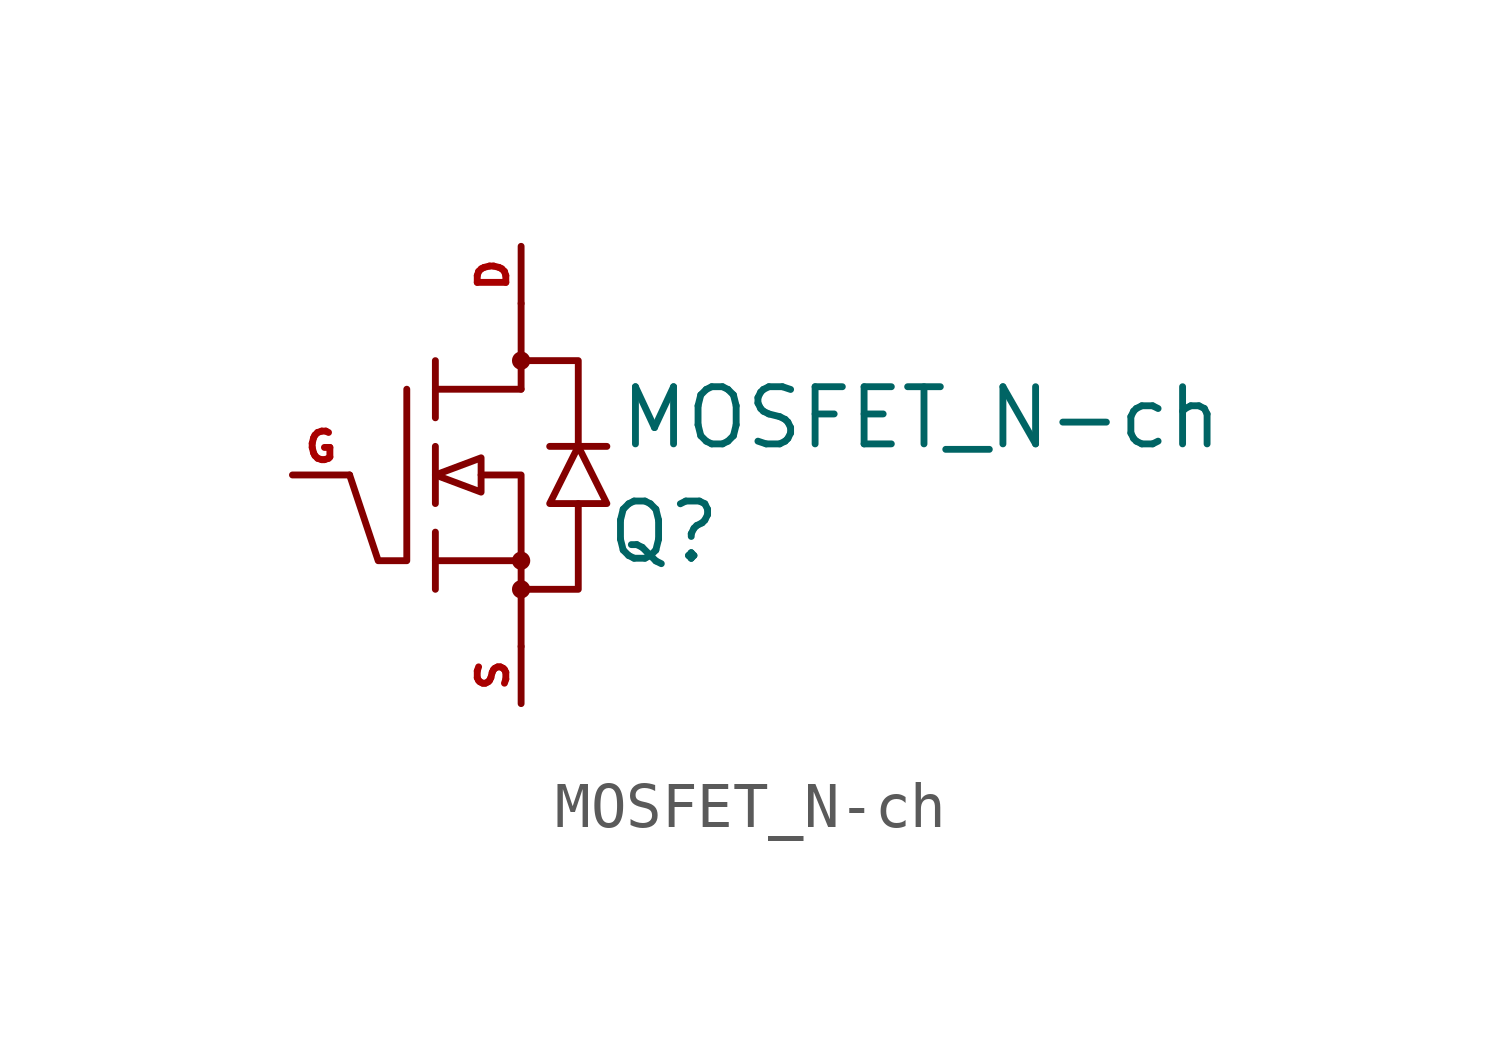
<source format=kicad_sym>
(kicad_symbol_lib
  (version 20211014)
  (generator kicad_symbol_editor)
  (symbol "MOSFET_N-ch"
    (pin_names
      (offset 1.016) hide)
    (property "Reference" "Q"
      (at 3.175 -1.27 0)
      (effects (font (size 1.27 1.27))))
    (property "Value" "MOSFET_N-ch"
      (at 8.89 1.27 0)
      (effects (font (size 1.27 1.27))))
    (symbol "MOSFET_N-ch_0_1"
      (circle (center 0 -2.54) (radius 0.127) (stroke (width 0) (type default) (color 0 0 0 0)) (fill (type outline)))
      (circle (center 0 -1.905) (radius 0.127) (stroke (width 0) (type default) (color 0 0 0 0)) (fill (type outline)))
      (polyline (pts (xy -1.905 -1.905) (xy 0 -1.905)) (stroke (width 0) (type default) (color 0 0 0 0)) (fill (type none)))
      (polyline (pts (xy -1.905 -1.27) (xy -1.905 -2.54)) (stroke (width 0) (type default) (color 0 0 0 0)) (fill (type none)))
      (polyline (pts (xy -1.905 0.635) (xy -1.905 -0.635)) (stroke (width 0) (type default) (color 0 0 0 0)) (fill (type none)))
      (polyline (pts (xy -1.905 1.905) (xy 0 1.905)) (stroke (width 0) (type default) (color 0 0 0 0)) (fill (type none)))
      (polyline (pts (xy -1.905 2.54) (xy -1.905 1.27)) (stroke (width 0) (type default) (color 0 0 0 0)) (fill (type none)))
      (polyline (pts (xy 0 -1.905) (xy 0 -3.81)) (stroke (width 0) (type default) (color 0 0 0 0)) (fill (type none)))
      (polyline (pts (xy 0 3.81) (xy 0 1.905)) (stroke (width 0) (type default) (color 0 0 0 0)) (fill (type none)))
      (polyline (pts (xy 0.635 0.635) (xy 1.905 0.635)) (stroke (width 0) (type default) (color 0 0 0 0)) (fill (type none)))
      (polyline (pts (xy -0.889 0) (xy 0 0) (xy 0 -1.905)) (stroke (width 0) (type default) (color 0 0 0 0)) (fill (type none)))
      (polyline (pts (xy 0 -2.54) (xy 1.27 -2.54) (xy 1.27 -0.635)) (stroke (width 0) (type default) (color 0 0 0 0)) (fill (type none)))
      (polyline (pts (xy 0 2.54) (xy 1.27 2.54) (xy 1.27 0.635)) (stroke (width 0) (type default) (color 0 0 0 0)) (fill (type none)))
      (polyline (pts (xy -2.54 1.905) (xy -2.54 -1.905) (xy -3.175 -1.905) (xy -3.81 0)) (stroke (width 0) (type default) (color 0 0 0 0)) (fill (type none)))
      (polyline (pts (xy -1.905 0) (xy -0.889 0.381) (xy -0.889 -0.381) (xy -1.905 0)) (stroke (width 0) (type default) (color 0 0 0 0)) (fill (type none)))
      (polyline (pts (xy 1.27 0.635) (xy 0.635 -0.635) (xy 1.905 -0.635) (xy 1.27 0.635)) (stroke (width 0) (type default) (color 0 0 0 0)) (fill (type none)))
      (circle (center 0 2.54) (radius 0.127) (stroke (width 0) (type default) (color 0 0 0 0)) (fill (type outline))))
    (symbol "MOSFET_N-ch_1_1"
      (pin passive line (at 0 5.08 270) (length 1.27) (name "Drain" (effects (font (size 0.635 0.635)))) (number "D" (effects (font (size 0.635 0.635)))))
      (pin passive line (at -5.08 0 0) (length 1.27) (name "Gate" (effects (font (size 0.635 0.635)))) (number "G" (effects (font (size 0.635 0.635)))))
      (pin passive line (at 0 -5.08 90) (length 1.27) (name "Source" (effects (font (size 0.635 0.635)))) (number "S" (effects (font (size 0.635 0.635))))))))
</source>
